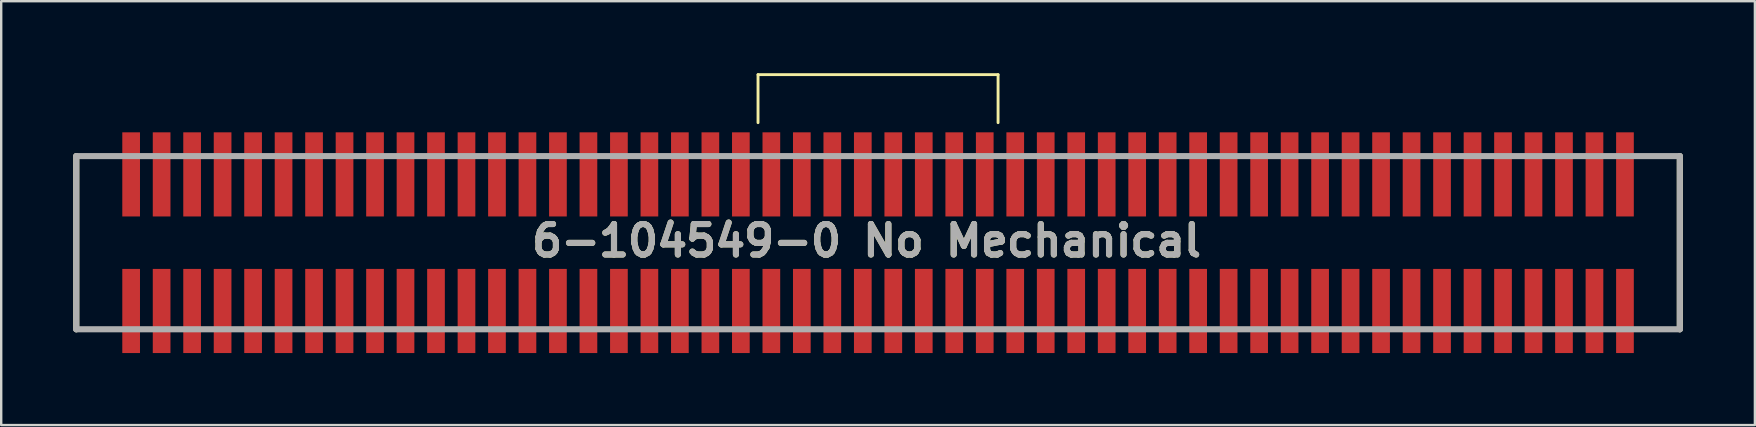
<source format=kicad_pcb>
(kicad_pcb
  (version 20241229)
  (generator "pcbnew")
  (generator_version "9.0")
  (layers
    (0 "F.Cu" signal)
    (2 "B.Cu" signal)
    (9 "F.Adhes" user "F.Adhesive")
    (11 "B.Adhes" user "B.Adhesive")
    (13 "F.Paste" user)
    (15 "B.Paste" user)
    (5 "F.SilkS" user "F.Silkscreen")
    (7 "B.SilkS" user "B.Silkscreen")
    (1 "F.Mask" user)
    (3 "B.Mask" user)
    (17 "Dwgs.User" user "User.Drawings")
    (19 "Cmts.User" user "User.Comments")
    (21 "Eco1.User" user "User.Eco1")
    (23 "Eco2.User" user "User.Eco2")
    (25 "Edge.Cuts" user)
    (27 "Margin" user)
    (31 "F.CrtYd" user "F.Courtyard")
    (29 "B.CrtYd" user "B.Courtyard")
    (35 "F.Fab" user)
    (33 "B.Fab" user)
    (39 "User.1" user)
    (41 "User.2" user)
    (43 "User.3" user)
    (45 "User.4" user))
  (footprint "6-104549-0 No Mechanical"
    (layer "F.Cu")
    (at 33.528 7.06)
    (property "Reference" "6-104549-0 No Mechanical" (at -0.477 -0.082 0) (layer "F.SilkS") (effects (font (size 1.27 1.27) (thickness 0.254))))
    (attr smd)
    (fp_line (start -33.401 -3.607) (end -33.401 3.607) (stroke (width 0.254) (type solid)) (layer "F.SilkS"))
    (fp_line (start -5 -7) (end 5 -7) (stroke (width 0.12) (type default)) (layer "F.SilkS"))
    (fp_line (start -5 -5) (end -5 -7) (stroke (width 0.12) (type default)) (layer "F.SilkS"))
    (fp_line (start 5 -7) (end 5 -5) (stroke (width 0.12) (type default)) (layer "F.SilkS"))
    (fp_line (start 33.401 3.607) (end 33.401 -3.607) (stroke (width 0.254) (type solid)) (layer "F.SilkS"))
    (fp_line (start -33.401 -3.607) (end 33.401 -3.607) (stroke (width 0.254) (type solid)) (layer "F.Fab"))
    (fp_line (start -33.401 3.607) (end -33.401 -3.607) (stroke (width 0.254) (type solid)) (layer "F.Fab"))
    (fp_line (start 33.401 -3.607) (end 33.401 3.607) (stroke (width 0.254) (type solid)) (layer "F.Fab"))
    (fp_line (start 33.401 3.607) (end -33.401 3.607) (stroke (width 0.254) (type solid)) (layer "F.Fab"))
    (fp_text user "${REFERENCE}" (at -0.477 -0.082 0) (layer "F.Fab") (effects (font (size 1.27 1.27) (thickness 0.254))))
    (pad "1" smd rect (at -31.115 -2.845) (size 0.737 3.505) (layers "F.Cu" "F.Mask" "F.Paste"))
    (pad "2" smd rect (at -29.845 -2.845) (size 0.737 3.505) (layers "F.Cu" "F.Mask" "F.Paste"))
    (pad "3" smd rect (at -28.575 -2.845) (size 0.737 3.505) (layers "F.Cu" "F.Mask" "F.Paste"))
    (pad "4" smd rect (at -27.305 -2.845) (size 0.737 3.505) (layers "F.Cu" "F.Mask" "F.Paste"))
    (pad "5" smd rect (at -26.035 -2.845) (size 0.737 3.505) (layers "F.Cu" "F.Mask" "F.Paste"))
    (pad "6" smd rect (at -24.765 -2.845) (size 0.737 3.505) (layers "F.Cu" "F.Mask" "F.Paste"))
    (pad "7" smd rect (at -23.495 -2.845) (size 0.737 3.505) (layers "F.Cu" "F.Mask" "F.Paste"))
    (pad "8" smd rect (at -22.225 -2.845) (size 0.737 3.505) (layers "F.Cu" "F.Mask" "F.Paste"))
    (pad "9" smd rect (at -20.955 -2.845) (size 0.737 3.505) (layers "F.Cu" "F.Mask" "F.Paste"))
    (pad "10" smd rect (at -19.685 -2.845) (size 0.737 3.505) (layers "F.Cu" "F.Mask" "F.Paste"))
    (pad "11" smd rect (at -18.415 -2.845) (size 0.737 3.505) (layers "F.Cu" "F.Mask" "F.Paste"))
    (pad "12" smd rect (at -17.145 -2.845) (size 0.737 3.505) (layers "F.Cu" "F.Mask" "F.Paste"))
    (pad "13" smd rect (at -15.875 -2.845) (size 0.737 3.505) (layers "F.Cu" "F.Mask" "F.Paste"))
    (pad "14" smd rect (at -14.605 -2.845) (size 0.737 3.505) (layers "F.Cu" "F.Mask" "F.Paste"))
    (pad "15" smd rect (at -13.335 -2.845) (size 0.737 3.505) (layers "F.Cu" "F.Mask" "F.Paste"))
    (pad "16" smd rect (at -12.065 -2.845) (size 0.737 3.505) (layers "F.Cu" "F.Mask" "F.Paste"))
    (pad "17" smd rect (at -10.795 -2.845) (size 0.737 3.505) (layers "F.Cu" "F.Mask" "F.Paste"))
    (pad "18" smd rect (at -9.525 -2.845) (size 0.737 3.505) (layers "F.Cu" "F.Mask" "F.Paste"))
    (pad "19" smd rect (at -8.255 -2.845) (size 0.737 3.505) (layers "F.Cu" "F.Mask" "F.Paste"))
    (pad "20" smd rect (at -6.985 -2.845) (size 0.737 3.505) (layers "F.Cu" "F.Mask" "F.Paste"))
    (pad "21" smd rect (at -5.715 -2.845) (size 0.737 3.505) (layers "F.Cu" "F.Mask" "F.Paste"))
    (pad "22" smd rect (at -4.445 -2.845) (size 0.737 3.505) (layers "F.Cu" "F.Mask" "F.Paste"))
    (pad "23" smd rect (at -3.175 -2.845) (size 0.737 3.505) (layers "F.Cu" "F.Mask" "F.Paste"))
    (pad "24" smd rect (at -1.905 -2.845) (size 0.737 3.505) (layers "F.Cu" "F.Mask" "F.Paste"))
    (pad "25" smd rect (at -0.635 -2.845) (size 0.737 3.505) (layers "F.Cu" "F.Mask" "F.Paste"))
    (pad "26" smd rect (at 0.635 -2.845) (size 0.737 3.505) (layers "F.Cu" "F.Mask" "F.Paste"))
    (pad "27" smd rect (at 1.905 -2.845) (size 0.737 3.505) (layers "F.Cu" "F.Mask" "F.Paste"))
    (pad "28" smd rect (at 3.175 -2.845) (size 0.737 3.505) (layers "F.Cu" "F.Mask" "F.Paste"))
    (pad "29" smd rect (at 4.445 -2.845) (size 0.737 3.505) (layers "F.Cu" "F.Mask" "F.Paste"))
    (pad "30" smd rect (at 5.715 -2.845) (size 0.737 3.505) (layers "F.Cu" "F.Mask" "F.Paste"))
    (pad "31" smd rect (at 6.985 -2.845) (size 0.737 3.505) (layers "F.Cu" "F.Mask" "F.Paste"))
    (pad "32" smd rect (at 8.255 -2.845) (size 0.737 3.505) (layers "F.Cu" "F.Mask" "F.Paste"))
    (pad "33" smd rect (at 9.525 -2.845) (size 0.737 3.505) (layers "F.Cu" "F.Mask" "F.Paste"))
    (pad "34" smd rect (at 10.795 -2.845) (size 0.737 3.505) (layers "F.Cu" "F.Mask" "F.Paste"))
    (pad "35" smd rect (at 12.065 -2.845) (size 0.737 3.505) (layers "F.Cu" "F.Mask" "F.Paste"))
    (pad "36" smd rect (at 13.335 -2.845) (size 0.737 3.505) (layers "F.Cu" "F.Mask" "F.Paste"))
    (pad "37" smd rect (at 14.605 -2.845) (size 0.737 3.505) (layers "F.Cu" "F.Mask" "F.Paste"))
    (pad "38" smd rect (at 15.875 -2.845) (size 0.737 3.505) (layers "F.Cu" "F.Mask" "F.Paste"))
    (pad "39" smd rect (at 17.145 -2.845) (size 0.737 3.505) (layers "F.Cu" "F.Mask" "F.Paste"))
    (pad "40" smd rect (at 18.415 -2.845) (size 0.737 3.505) (layers "F.Cu" "F.Mask" "F.Paste"))
    (pad "41" smd rect (at 19.685 -2.845) (size 0.737 3.505) (layers "F.Cu" "F.Mask" "F.Paste"))
    (pad "42" smd rect (at 20.955 -2.845) (size 0.737 3.505) (layers "F.Cu" "F.Mask" "F.Paste"))
    (pad "43" smd rect (at 22.225 -2.845) (size 0.737 3.505) (layers "F.Cu" "F.Mask" "F.Paste"))
    (pad "44" smd rect (at 23.495 -2.845) (size 0.737 3.505) (layers "F.Cu" "F.Mask" "F.Paste"))
    (pad "45" smd rect (at 24.765 -2.845) (size 0.737 3.505) (layers "F.Cu" "F.Mask" "F.Paste"))
    (pad "46" smd rect (at 26.035 -2.845) (size 0.737 3.505) (layers "F.Cu" "F.Mask" "F.Paste"))
    (pad "47" smd rect (at 27.305 -2.845) (size 0.737 3.505) (layers "F.Cu" "F.Mask" "F.Paste"))
    (pad "48" smd rect (at 28.575 -2.845) (size 0.737 3.505) (layers "F.Cu" "F.Mask" "F.Paste"))
    (pad "49" smd rect (at 29.845 -2.845) (size 0.737 3.505) (layers "F.Cu" "F.Mask" "F.Paste"))
    (pad "50" smd rect (at 31.115 -2.845) (size 0.737 3.505) (layers "F.Cu" "F.Mask" "F.Paste"))
    (pad "51" smd rect (at -31.115 2.845) (size 0.737 3.505) (layers "F.Cu" "F.Mask" "F.Paste"))
    (pad "52" smd rect (at -29.845 2.845) (size 0.737 3.505) (layers "F.Cu" "F.Mask" "F.Paste"))
    (pad "53" smd rect (at -28.575 2.845) (size 0.737 3.505) (layers "F.Cu" "F.Mask" "F.Paste"))
    (pad "54" smd rect (at -27.305 2.845) (size 0.737 3.505) (layers "F.Cu" "F.Mask" "F.Paste"))
    (pad "55" smd rect (at -26.035 2.845) (size 0.737 3.505) (layers "F.Cu" "F.Mask" "F.Paste"))
    (pad "56" smd rect (at -24.765 2.845) (size 0.737 3.505) (layers "F.Cu" "F.Mask" "F.Paste"))
    (pad "57" smd rect (at -23.495 2.845) (size 0.737 3.505) (layers "F.Cu" "F.Mask" "F.Paste"))
    (pad "58" smd rect (at -22.225 2.845) (size 0.737 3.505) (layers "F.Cu" "F.Mask" "F.Paste"))
    (pad "59" smd rect (at -20.955 2.845) (size 0.737 3.505) (layers "F.Cu" "F.Mask" "F.Paste"))
    (pad "60" smd rect (at -19.685 2.845) (size 0.737 3.505) (layers "F.Cu" "F.Mask" "F.Paste"))
    (pad "61" smd rect (at -18.415 2.845) (size 0.737 3.505) (layers "F.Cu" "F.Mask" "F.Paste"))
    (pad "62" smd rect (at -17.145 2.845) (size 0.737 3.505) (layers "F.Cu" "F.Mask" "F.Paste"))
    (pad "63" smd rect (at -15.875 2.845) (size 0.737 3.505) (layers "F.Cu" "F.Mask" "F.Paste"))
    (pad "64" smd rect (at -14.605 2.845) (size 0.737 3.505) (layers "F.Cu" "F.Mask" "F.Paste"))
    (pad "65" smd rect (at -13.335 2.845) (size 0.737 3.505) (layers "F.Cu" "F.Mask" "F.Paste"))
    (pad "66" smd rect (at -12.065 2.845) (size 0.737 3.505) (layers "F.Cu" "F.Mask" "F.Paste"))
    (pad "67" smd rect (at -10.795 2.845) (size 0.737 3.505) (layers "F.Cu" "F.Mask" "F.Paste"))
    (pad "68" smd rect (at -9.525 2.845) (size 0.737 3.505) (layers "F.Cu" "F.Mask" "F.Paste"))
    (pad "69" smd rect (at -8.255 2.845) (size 0.737 3.505) (layers "F.Cu" "F.Mask" "F.Paste"))
    (pad "70" smd rect (at -6.985 2.845) (size 0.737 3.505) (layers "F.Cu" "F.Mask" "F.Paste"))
    (pad "71" smd rect (at -5.715 2.845) (size 0.737 3.505) (layers "F.Cu" "F.Mask" "F.Paste"))
    (pad "72" smd rect (at -4.445 2.845) (size 0.737 3.505) (layers "F.Cu" "F.Mask" "F.Paste"))
    (pad "73" smd rect (at -3.175 2.845) (size 0.737 3.505) (layers "F.Cu" "F.Mask" "F.Paste"))
    (pad "74" smd rect (at -1.905 2.845) (size 0.737 3.505) (layers "F.Cu" "F.Mask" "F.Paste"))
    (pad "75" smd rect (at -0.635 2.845) (size 0.737 3.505) (layers "F.Cu" "F.Mask" "F.Paste"))
    (pad "76" smd rect (at 0.635 2.845) (size 0.737 3.505) (layers "F.Cu" "F.Mask" "F.Paste"))
    (pad "77" smd rect (at 1.905 2.845) (size 0.737 3.505) (layers "F.Cu" "F.Mask" "F.Paste"))
    (pad "78" smd rect (at 3.175 2.845) (size 0.737 3.505) (layers "F.Cu" "F.Mask" "F.Paste"))
    (pad "79" smd rect (at 4.445 2.845) (size 0.737 3.505) (layers "F.Cu" "F.Mask" "F.Paste"))
    (pad "80" smd rect (at 5.715 2.845) (size 0.737 3.505) (layers "F.Cu" "F.Mask" "F.Paste"))
    (pad "81" smd rect (at 6.985 2.845) (size 0.737 3.505) (layers "F.Cu" "F.Mask" "F.Paste"))
    (pad "82" smd rect (at 8.255 2.845) (size 0.737 3.505) (layers "F.Cu" "F.Mask" "F.Paste"))
    (pad "83" smd rect (at 9.525 2.845) (size 0.737 3.505) (layers "F.Cu" "F.Mask" "F.Paste"))
    (pad "84" smd rect (at 10.795 2.845) (size 0.737 3.505) (layers "F.Cu" "F.Mask" "F.Paste"))
    (pad "85" smd rect (at 12.065 2.845) (size 0.737 3.505) (layers "F.Cu" "F.Mask" "F.Paste"))
    (pad "86" smd rect (at 13.335 2.845) (size 0.737 3.505) (layers "F.Cu" "F.Mask" "F.Paste"))
    (pad "87" smd rect (at 14.605 2.845) (size 0.737 3.505) (layers "F.Cu" "F.Mask" "F.Paste"))
    (pad "88" smd rect (at 15.875 2.845) (size 0.737 3.505) (layers "F.Cu" "F.Mask" "F.Paste"))
    (pad "89" smd rect (at 17.145 2.845) (size 0.737 3.505) (layers "F.Cu" "F.Mask" "F.Paste"))
    (pad "90" smd rect (at 18.415 2.845) (size 0.737 3.505) (layers "F.Cu" "F.Mask" "F.Paste"))
    (pad "91" smd rect (at 19.685 2.845) (size 0.737 3.505) (layers "F.Cu" "F.Mask" "F.Paste"))
    (pad "92" smd rect (at 20.955 2.845) (size 0.737 3.505) (layers "F.Cu" "F.Mask" "F.Paste"))
    (pad "93" smd rect (at 22.225 2.845) (size 0.737 3.505) (layers "F.Cu" "F.Mask" "F.Paste"))
    (pad "94" smd rect (at 23.495 2.845) (size 0.737 3.505) (layers "F.Cu" "F.Mask" "F.Paste"))
    (pad "95" smd rect (at 24.765 2.845) (size 0.737 3.505) (layers "F.Cu" "F.Mask" "F.Paste"))
    (pad "96" smd rect (at 26.035 2.845) (size 0.737 3.505) (layers "F.Cu" "F.Mask" "F.Paste"))
    (pad "97" smd rect (at 27.305 2.845) (size 0.737 3.505) (layers "F.Cu" "F.Mask" "F.Paste"))
    (pad "98" smd rect (at 28.575 2.845) (size 0.737 3.505) (layers "F.Cu" "F.Mask" "F.Paste"))
    (pad "99" smd rect (at 29.845 2.845) (size 0.737 3.505) (layers "F.Cu" "F.Mask" "F.Paste"))
    (pad "100" smd rect (at 31.115 2.845) (size 0.737 3.505) (layers "F.Cu" "F.Mask" "F.Paste")))
  (gr_rect
    (start -3 -3)
    (end 70.056 14.657)
    (stroke (width 0.1) (type default))
    (fill no)
    (layer "Edge.Cuts")))
</source>
